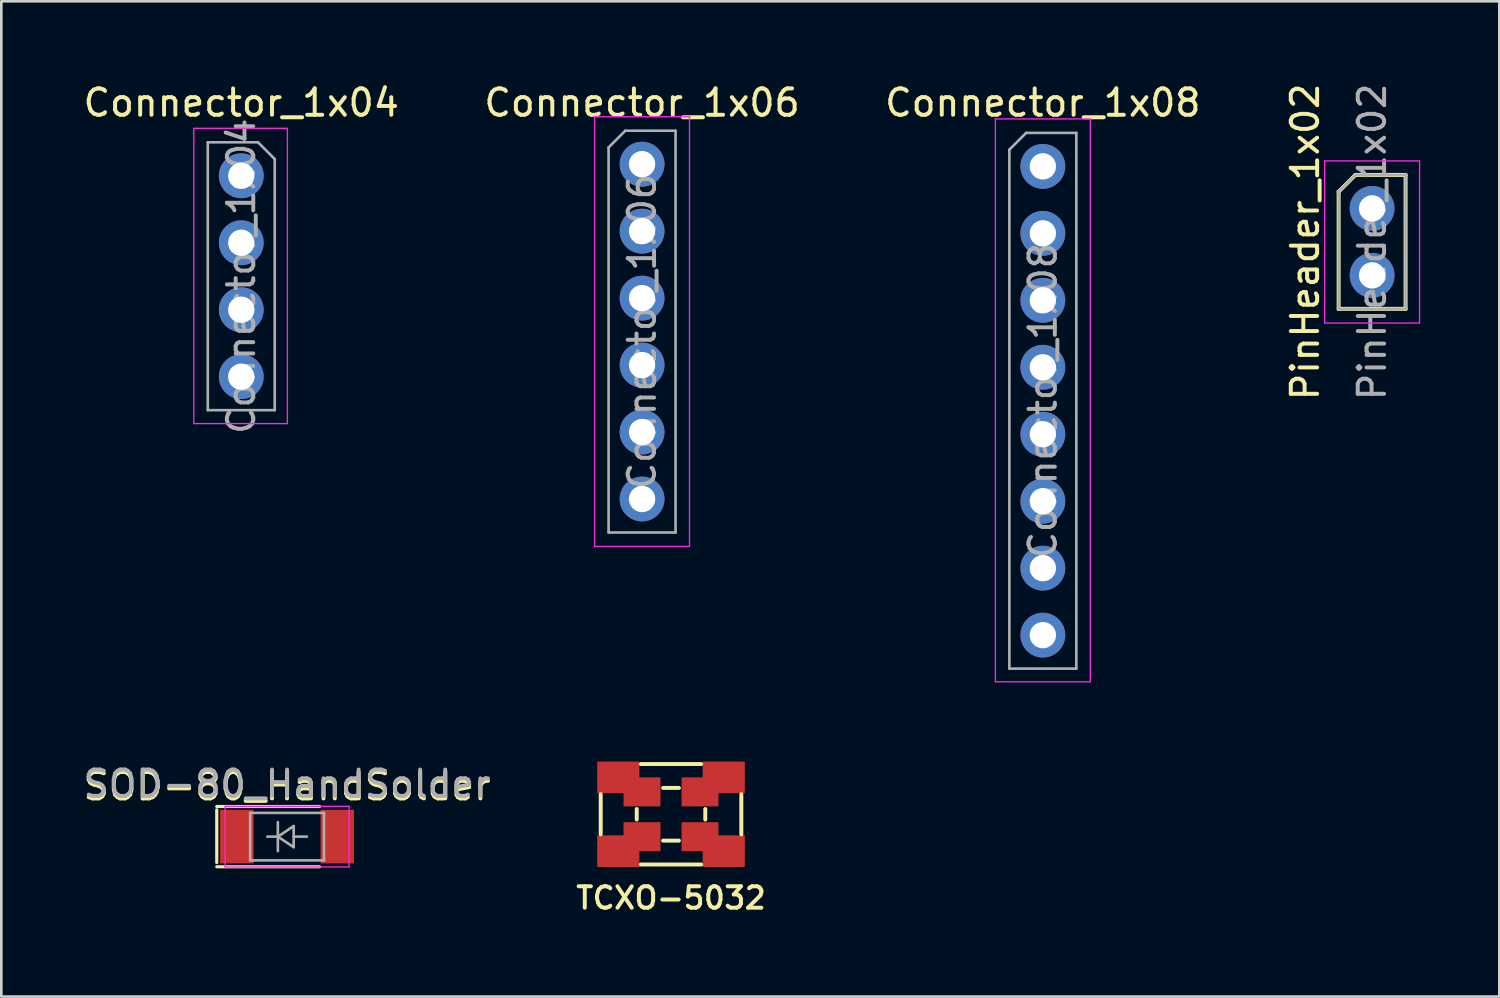
<source format=kicad_pcb>
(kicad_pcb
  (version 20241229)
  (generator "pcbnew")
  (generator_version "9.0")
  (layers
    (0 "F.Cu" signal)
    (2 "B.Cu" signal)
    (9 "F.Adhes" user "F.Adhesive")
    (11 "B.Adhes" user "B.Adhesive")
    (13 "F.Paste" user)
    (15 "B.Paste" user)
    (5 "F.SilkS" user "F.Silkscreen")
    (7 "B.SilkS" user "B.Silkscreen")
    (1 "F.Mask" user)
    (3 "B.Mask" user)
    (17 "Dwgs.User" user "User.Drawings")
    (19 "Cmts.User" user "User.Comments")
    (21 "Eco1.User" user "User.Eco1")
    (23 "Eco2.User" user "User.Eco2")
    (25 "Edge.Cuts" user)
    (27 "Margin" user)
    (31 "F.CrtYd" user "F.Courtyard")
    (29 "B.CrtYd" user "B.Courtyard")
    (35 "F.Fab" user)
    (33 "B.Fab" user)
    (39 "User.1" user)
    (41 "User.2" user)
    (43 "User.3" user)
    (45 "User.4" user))
  (footprint "SOD-80_HandSolder"
    (layer "F.Cu")
    (at 7.839 28.684)
    (property "Reference" "SOD-80_HandSolder" (at 0 -1.905 0) (layer "F.SilkS") (effects (font (size 1 1) (thickness 0.15))))
    (attr smd)
    (fp_line (start -2.667 -1.143) (end 1.233 -1.143) (stroke (width 0.12) (type solid)) (layer "F.SilkS"))
    (fp_line (start -2.667 -1.016) (end -2.667 0.984) (stroke (width 0.12) (type solid)) (layer "F.SilkS"))
    (fp_line (start -2.667 1.143) (end 1.233 1.143) (stroke (width 0.12) (type solid)) (layer "F.SilkS"))
    (fp_line (start -2.35 -1.15) (end -2.35 1.15) (stroke (width 0.05) (type solid)) (layer "F.CrtYd"))
    (fp_line (start -2.35 -1.15) (end 2.35 -1.15) (stroke (width 0.05) (type solid)) (layer "F.CrtYd"))
    (fp_line (start 2.35 -1.15) (end 2.35 1.15) (stroke (width 0.05) (type solid)) (layer "F.CrtYd"))
    (fp_line (start 2.35 1.15) (end -2.35 1.15) (stroke (width 0.05) (type solid)) (layer "F.CrtYd"))
    (fp_line (start -1.4 -0.9) (end 1.4 -0.9) (stroke (width 0.1) (type solid)) (layer "F.Fab"))
    (fp_line (start -1.4 0.9) (end -1.4 -0.9) (stroke (width 0.1) (type solid)) (layer "F.Fab"))
    (fp_line (start -0.75 0) (end -0.35 0) (stroke (width 0.1) (type solid)) (layer "F.Fab"))
    (fp_line (start -0.35 0) (end -0.35 -0.55) (stroke (width 0.1) (type solid)) (layer "F.Fab"))
    (fp_line (start -0.35 0) (end -0.35 0.55) (stroke (width 0.1) (type solid)) (layer "F.Fab"))
    (fp_line (start -0.35 0) (end 0.25 -0.4) (stroke (width 0.1) (type solid)) (layer "F.Fab"))
    (fp_line (start 0.25 -0.4) (end 0.25 0.4) (stroke (width 0.1) (type solid)) (layer "F.Fab"))
    (fp_line (start 0.25 0) (end 0.75 0) (stroke (width 0.1) (type solid)) (layer "F.Fab"))
    (fp_line (start 0.25 0.4) (end -0.35 0) (stroke (width 0.1) (type solid)) (layer "F.Fab"))
    (fp_line (start 1.4 -0.9) (end 1.4 0.9) (stroke (width 0.1) (type solid)) (layer "F.Fab"))
    (fp_line (start 1.4 0.9) (end -1.4 0.9) (stroke (width 0.1) (type solid)) (layer "F.Fab"))
    (fp_text user "${REFERENCE}" (at 0 -2 0) (layer "F.Fab") (effects (font (size 1 1) (thickness 0.15))))
    (pad "1" smd rect (at -1.905 0) (size 1.27 2.032) (layers "F.Cu" "F.Mask" "F.Paste"))
    (pad "2" smd rect (at 1.905 0) (size 1.27 2.032) (layers "F.Cu" "F.Mask" "F.Paste")))
  (footprint "Connector_1x06"
    (layer "F.Cu")
    (at 21.304 3.178)
    (property "Reference" "Connector_1x06" (at 0 -2.33 0) (layer "F.SilkS") (effects (font (size 1 1) (thickness 0.15))))
    (attr through_hole)
    (fp_line (start -1.8 -1.8) (end -1.8 14.5) (stroke (width 0.05) (type solid)) (layer "F.CrtYd"))
    (fp_line (start -1.8 14.5) (end 1.8 14.5) (stroke (width 0.05) (type solid)) (layer "F.CrtYd"))
    (fp_line (start 1.8 -1.8) (end -1.8 -1.8) (stroke (width 0.05) (type solid)) (layer "F.CrtYd"))
    (fp_line (start 1.8 14.5) (end 1.8 -1.8) (stroke (width 0.05) (type solid)) (layer "F.CrtYd"))
    (fp_line (start -1.27 -0.635) (end -0.635 -1.27) (stroke (width 0.1) (type solid)) (layer "F.Fab"))
    (fp_line (start -1.27 13.97) (end -1.27 -0.635) (stroke (width 0.1) (type solid)) (layer "F.Fab"))
    (fp_line (start -0.635 -1.27) (end 1.27 -1.27) (stroke (width 0.1) (type solid)) (layer "F.Fab"))
    (fp_line (start 1.27 -1.27) (end 1.27 13.97) (stroke (width 0.1) (type solid)) (layer "F.Fab"))
    (fp_line (start 1.27 13.97) (end -1.27 13.97) (stroke (width 0.1) (type solid)) (layer "F.Fab"))
    (fp_text user "${REFERENCE}" (at 0 6.35 90) (layer "F.Fab") (effects (font (size 1 1) (thickness 0.15))))
    (pad "1" thru_hole oval (at 0 0) (size 1.7 1.7) (drill 1) (layers "*.Cu" "*.Mask"))
    (pad "2" thru_hole oval (at 0 2.54) (size 1.7 1.7) (drill 1) (layers "*.Cu" "*.Mask"))
    (pad "3" thru_hole oval (at 0 5.08) (size 1.7 1.7) (drill 1) (layers "*.Cu" "*.Mask"))
    (pad "4" thru_hole oval (at 0 7.62) (size 1.7 1.7) (drill 1) (layers "*.Cu" "*.Mask"))
    (pad "5" thru_hole oval (at 0 10.16) (size 1.7 1.7) (drill 1) (layers "*.Cu" "*.Mask"))
    (pad "6" thru_hole oval (at 0 12.7) (size 1.7 1.7) (drill 1) (layers "*.Cu" "*.Mask")))
  (footprint "TCXO-5032"
    (layer "F.Cu")
    (at 22.402 27.836)
    (property "Reference" "TCXO-5032" (at 0 3.175 0) (layer "F.SilkS") (effects (font (size 0.813 0.813) (thickness 0.15))))
    (attr through_hole)
    (fp_line (start -2.667 0.762) (end -2.667 -0.762) (stroke (width 0.15) (type solid)) (layer "F.SilkS"))
    (fp_line (start -1.3 0.2) (end -1.3 -0.2) (stroke (width 0.15) (type solid)) (layer "F.SilkS"))
    (fp_line (start -1.143 -1.905) (end 1.143 -1.905) (stroke (width 0.15) (type solid)) (layer "F.SilkS"))
    (fp_line (start -1.143 1.905) (end 1.143 1.905) (stroke (width 0.15) (type solid)) (layer "F.SilkS"))
    (fp_line (start -0.3 -1) (end 0.3 -1) (stroke (width 0.15) (type solid)) (layer "F.SilkS"))
    (fp_line (start -0.3 1) (end 0.3 1) (stroke (width 0.15) (type solid)) (layer "F.SilkS"))
    (fp_line (start 1.3 -0.2) (end 1.3 0.2) (stroke (width 0.15) (type solid)) (layer "F.SilkS"))
    (fp_line (start 2.667 0.762) (end 2.667 -0.762) (stroke (width 0.15) (type solid)) (layer "F.SilkS"))
    (pad "1" smd rect (at -2 1.4) (size 1.6 1.2) (layers "F.Cu" "F.Mask" "F.Paste"))
    (pad "1" smd rect (at -1.1 0.85) (size 1.4 1.1) (layers "F.Cu" "F.Mask" "F.Paste"))
    (pad "2" smd rect (at 1.1 0.85) (size 1.4 1.1) (layers "F.Cu" "F.Mask" "F.Paste"))
    (pad "2" smd rect (at 2 1.4) (size 1.6 1.2) (layers "F.Cu" "F.Mask" "F.Paste"))
    (pad "3" smd rect (at 1.1 -0.85) (size 1.4 1.1) (layers "F.Cu" "F.Mask" "F.Paste"))
    (pad "3" smd rect (at 2 -1.4) (size 1.6 1.2) (layers "F.Cu" "F.Mask" "F.Paste"))
    (pad "4" smd rect (at -2 -1.4) (size 1.6 1.2) (layers "F.Cu" "F.Mask" "F.Paste"))
    (pad "4" smd rect (at -1.1 -0.85) (size 1.4 1.1) (layers "F.Cu" "F.Mask" "F.Paste")))
  (footprint "Connector_1x08"
    (layer "F.Cu")
    (at 36.506 3.261)
    (property "Reference" "Connector_1x08" (at 0 -2.413 0) (layer "F.SilkS") (effects (font (size 1 1) (thickness 0.15))))
    (attr through_hole)
    (fp_line (start -1.8 -1.8) (end -1.8 19.55) (stroke (width 0.05) (type solid)) (layer "F.CrtYd"))
    (fp_line (start -1.8 19.55) (end 1.8 19.55) (stroke (width 0.05) (type solid)) (layer "F.CrtYd"))
    (fp_line (start 1.8 -1.8) (end -1.8 -1.8) (stroke (width 0.05) (type solid)) (layer "F.CrtYd"))
    (fp_line (start 1.8 19.55) (end 1.8 -1.8) (stroke (width 0.05) (type solid)) (layer "F.CrtYd"))
    (fp_line (start -1.27 -0.635) (end -0.635 -1.27) (stroke (width 0.1) (type solid)) (layer "F.Fab"))
    (fp_line (start -1.27 19.05) (end -1.27 -0.635) (stroke (width 0.1) (type solid)) (layer "F.Fab"))
    (fp_line (start -0.635 -1.27) (end 1.27 -1.27) (stroke (width 0.1) (type solid)) (layer "F.Fab"))
    (fp_line (start 1.27 -1.27) (end 1.27 19.05) (stroke (width 0.1) (type solid)) (layer "F.Fab"))
    (fp_line (start 1.27 19.05) (end -1.27 19.05) (stroke (width 0.1) (type solid)) (layer "F.Fab"))
    (fp_text user "${REFERENCE}" (at 0 8.89 90) (layer "F.Fab") (effects (font (size 1 1) (thickness 0.15))))
    (pad "1" thru_hole oval (at 0 0) (size 1.7 1.7) (drill 1) (layers "*.Cu" "*.Mask"))
    (pad "2" thru_hole oval (at 0 2.54) (size 1.7 1.7) (drill 1) (layers "*.Cu" "*.Mask"))
    (pad "3" thru_hole oval (at 0 5.08) (size 1.7 1.7) (drill 1) (layers "*.Cu" "*.Mask"))
    (pad "4" thru_hole oval (at 0 7.62) (size 1.7 1.7) (drill 1) (layers "*.Cu" "*.Mask"))
    (pad "5" thru_hole oval (at 0 10.16) (size 1.7 1.7) (drill 1) (layers "*.Cu" "*.Mask"))
    (pad "6" thru_hole oval (at 0 12.7) (size 1.7 1.7) (drill 1) (layers "*.Cu" "*.Mask"))
    (pad "7" thru_hole oval (at 0 15.24) (size 1.7 1.7) (drill 1) (layers "*.Cu" "*.Mask"))
    (pad "8" thru_hole oval (at 0 17.78) (size 1.7 1.7) (drill 1) (layers "*.Cu" "*.Mask")))
  (footprint "PinHeader_1x02"
    (layer "F.Cu")
    (at 48.995 4.855)
    (property "Reference" "PinHeader_1x02" (at -2.54 1.27 90) (layer "F.SilkS") (effects (font (size 1 1) (thickness 0.15))))
    (attr through_hole)
    (fp_line (start -1.27 -0.635) (end -0.635 -1.27) (stroke (width 0.15) (type solid)) (layer "F.SilkS"))
    (fp_line (start -1.27 3.81) (end -1.27 -0.635) (stroke (width 0.15) (type solid)) (layer "F.SilkS"))
    (fp_line (start -0.635 -1.27) (end 1.27 -1.27) (stroke (width 0.15) (type solid)) (layer "F.SilkS"))
    (fp_line (start 1.27 -1.27) (end 1.27 3.81) (stroke (width 0.15) (type solid)) (layer "F.SilkS"))
    (fp_line (start 1.27 3.81) (end -1.27 3.81) (stroke (width 0.15) (type solid)) (layer "F.SilkS"))
    (fp_line (start -1.8 -1.8) (end -1.8 4.35) (stroke (width 0.05) (type solid)) (layer "F.CrtYd"))
    (fp_line (start -1.8 4.35) (end 1.8 4.35) (stroke (width 0.05) (type solid)) (layer "F.CrtYd"))
    (fp_line (start 1.8 -1.8) (end -1.8 -1.8) (stroke (width 0.05) (type solid)) (layer "F.CrtYd"))
    (fp_line (start 1.8 4.35) (end 1.8 -1.8) (stroke (width 0.05) (type solid)) (layer "F.CrtYd"))
    (fp_line (start -1.27 -0.635) (end -0.635 -1.27) (stroke (width 0.1) (type solid)) (layer "F.Fab"))
    (fp_line (start -1.27 3.81) (end -1.27 -0.635) (stroke (width 0.1) (type solid)) (layer "F.Fab"))
    (fp_line (start -0.635 -1.27) (end 1.27 -1.27) (stroke (width 0.1) (type solid)) (layer "F.Fab"))
    (fp_line (start 1.27 -1.27) (end 1.27 3.81) (stroke (width 0.1) (type solid)) (layer "F.Fab"))
    (fp_line (start 1.27 3.81) (end -1.27 3.81) (stroke (width 0.1) (type solid)) (layer "F.Fab"))
    (fp_text user "${REFERENCE}" (at 0 1.27 90) (layer "F.Fab") (effects (font (size 1 1) (thickness 0.15))))
    (pad "1" thru_hole oval (at 0 0) (size 1.7 1.7) (drill 1) (layers "*.Cu" "*.Mask"))
    (pad "2" thru_hole oval (at 0 2.54) (size 1.7 1.7) (drill 1) (layers "*.Cu" "*.Mask")))
  (footprint "Connector_1x04"
    (layer "F.Cu")
    (at 6.101 3.618)
    (property "Reference" "Connector_1x04" (at 0 -2.77 0) (layer "F.SilkS") (effects (font (size 1 1) (thickness 0.15))))
    (attr through_hole)
    (fp_line (start -1.8 -1.8) (end 1.75 -1.8) (stroke (width 0.05) (type solid)) (layer "F.CrtYd"))
    (fp_line (start -1.8 9.4) (end -1.8 -1.8) (stroke (width 0.05) (type solid)) (layer "F.CrtYd"))
    (fp_line (start 1.75 -1.8) (end 1.75 9.4) (stroke (width 0.05) (type solid)) (layer "F.CrtYd"))
    (fp_line (start 1.75 9.4) (end -1.8 9.4) (stroke (width 0.05) (type solid)) (layer "F.CrtYd"))
    (fp_line (start -1.27 -1.27) (end 0.635 -1.27) (stroke (width 0.1) (type solid)) (layer "F.Fab"))
    (fp_line (start -1.27 8.89) (end -1.27 -1.27) (stroke (width 0.1) (type solid)) (layer "F.Fab"))
    (fp_line (start 0.635 -1.27) (end 1.27 -0.635) (stroke (width 0.1) (type solid)) (layer "F.Fab"))
    (fp_line (start 1.27 -0.635) (end 1.27 8.89) (stroke (width 0.1) (type solid)) (layer "F.Fab"))
    (fp_line (start 1.27 8.89) (end -1.27 8.89) (stroke (width 0.1) (type solid)) (layer "F.Fab"))
    (fp_text user "${REFERENCE}" (at 0 3.81 90) (layer "F.Fab") (effects (font (size 1 1) (thickness 0.15))))
    (pad "1" thru_hole oval (at 0 0) (size 1.7 1.7) (drill 1) (layers "*.Cu" "*.Mask"))
    (pad "2" thru_hole oval (at 0 2.54) (size 1.7 1.7) (drill 1) (layers "*.Cu" "*.Mask"))
    (pad "3" thru_hole oval (at 0 5.08) (size 1.7 1.7) (drill 1) (layers "*.Cu" "*.Mask"))
    (pad "4" thru_hole oval (at 0 7.62) (size 1.7 1.7) (drill 1) (layers "*.Cu" "*.Mask")))
  (gr_rect
    (start -3 -3)
    (end 53.82 34.75)
    (stroke (width 0.1) (type default))
    (fill no)
    (layer "Edge.Cuts")))
</source>
